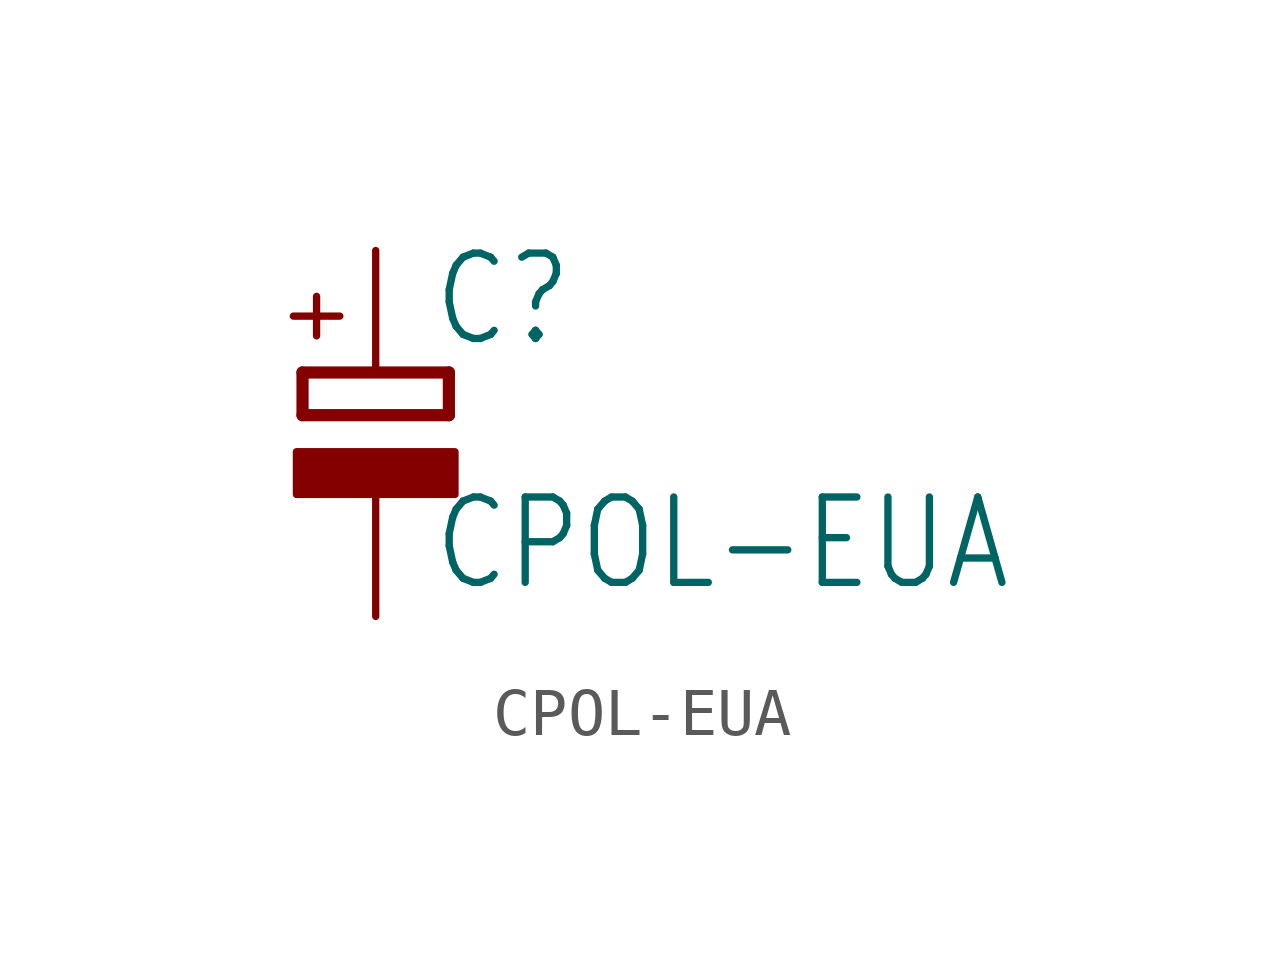
<source format=kicad_sym>
(kicad_symbol_lib
  (version 20220914)
  (generator kicad_symbol_editor)
  (symbol "CPOL-EUA"
    (property "Reference" "C"
      (at 1.143 0.483 0)
      (effects (font (size 1.778 1.511)) (justify left bottom)))
    (property "Value" "CPOL-EUA"
      (at 1.143 -4.597 0)
      (effects (font (size 1.778 1.511)) (justify left bottom)))
    (property "ki_locked" ""
      (at 0 0 0)
      (effects (font (size 1.27 1.27))))
    (symbol "CPOL-EUA_1_0"
      (rectangle (start -1.651 -2.54) (end 1.651 -1.651) (stroke (width 0) (type default)) (fill (type outline)))
      (polyline (pts (xy -1.524 -0.889) (xy 1.524 -0.889)) (stroke (width 0.254) (type default)) (fill (type none)))
      (polyline (pts (xy -1.524 0) (xy -1.524 -0.889)) (stroke (width 0.254) (type default)) (fill (type none)))
      (polyline (pts (xy -1.524 0) (xy 1.524 0)) (stroke (width 0.254) (type default)) (fill (type none)))
      (polyline (pts (xy 1.524 -0.889) (xy 1.524 0)) (stroke (width 0.254) (type default)) (fill (type none)))
      (text "+" (at -0.584 0.406 900) (effects (font (size 1.27 1.079)) (justify left bottom)))
      (pin passive line (at 0 2.54 270) (length 2.54) (name "+" (effects (font (size 0 0)))) (number "+" (effects (font (size 0 0)))))
      (pin passive line (at 0 -5.08 90) (length 2.54) (name "-" (effects (font (size 0 0)))) (number "-" (effects (font (size 0 0))))))))
</source>
